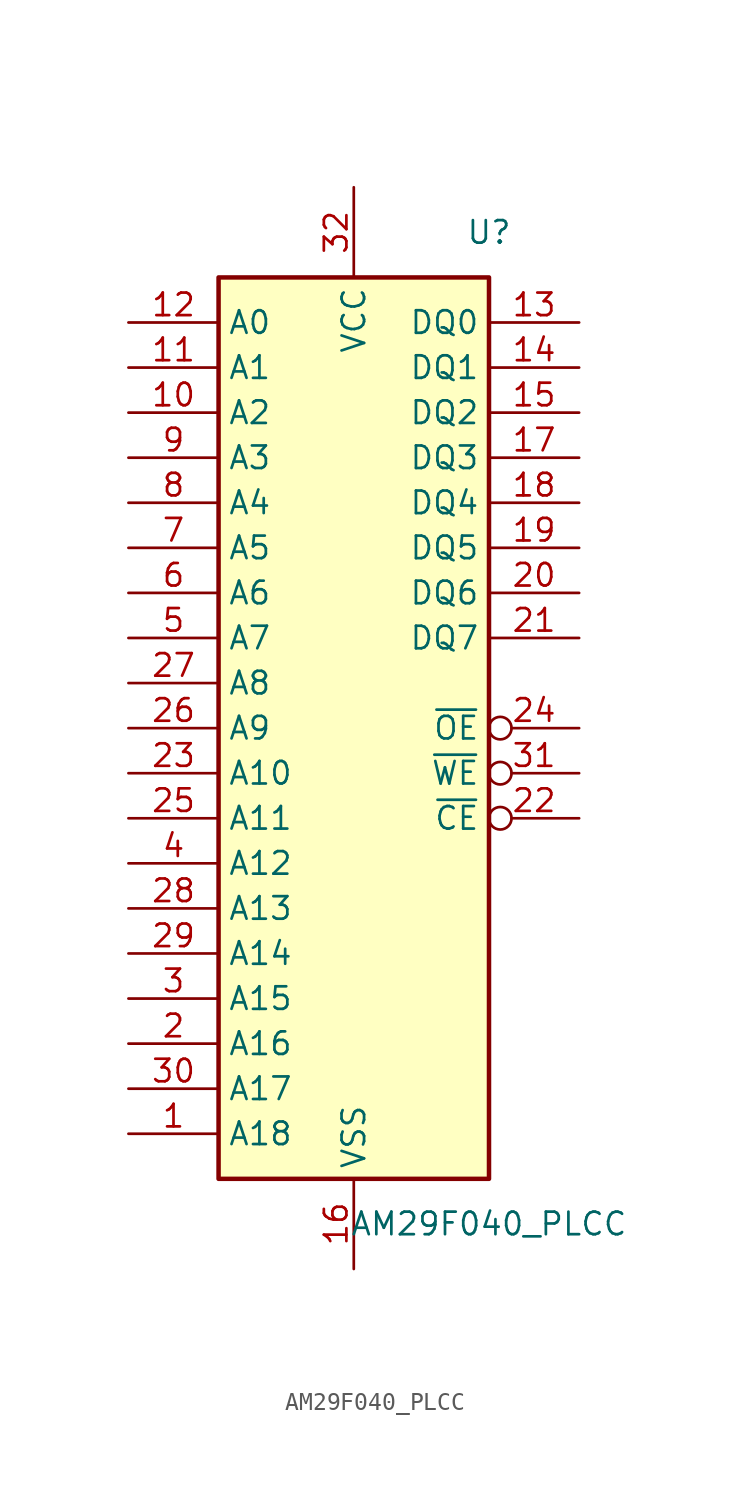
<source format=kicad_sym>
(kicad_symbol_lib
  (version 20211014)
  (generator kicad_symbol_editor)
  (symbol "AM29F040_PLCC"
    (property "Reference" "U"
      (at 7.62 25.4 0)
      (effects (font (size 1.27 1.27))))
    (property "Value" "AM29F040_PLCC"
      (at 7.62 -30.48 0)
      (effects (font (size 1.27 1.27))))
    (symbol "AM29F040_PLCC_0_1"
      (rectangle (start -7.62 22.86) (end 7.62 -27.94) (stroke (width 0.254) (type default) (color 0 0 0 0)) (fill (type background))))
    (symbol "AM29F040_PLCC_1_1"
      (pin input line (at -12.7 -25.4 0) (length 5.08) (name "A18" (effects (font (size 1.27 1.27)))) (number "1" (effects (font (size 1.27 1.27)))))
      (pin input line (at -12.7 15.24 0) (length 5.08) (name "A2" (effects (font (size 1.27 1.27)))) (number "10" (effects (font (size 1.27 1.27)))))
      (pin input line (at -12.7 17.78 0) (length 5.08) (name "A1" (effects (font (size 1.27 1.27)))) (number "11" (effects (font (size 1.27 1.27)))))
      (pin input line (at -12.7 20.32 0) (length 5.08) (name "A0" (effects (font (size 1.27 1.27)))) (number "12" (effects (font (size 1.27 1.27)))))
      (pin tri_state line (at 12.7 20.32 180) (length 5.08) (name "DQ0" (effects (font (size 1.27 1.27)))) (number "13" (effects (font (size 1.27 1.27)))))
      (pin tri_state line (at 12.7 17.78 180) (length 5.08) (name "DQ1" (effects (font (size 1.27 1.27)))) (number "14" (effects (font (size 1.27 1.27)))))
      (pin tri_state line (at 12.7 15.24 180) (length 5.08) (name "DQ2" (effects (font (size 1.27 1.27)))) (number "15" (effects (font (size 1.27 1.27)))))
      (pin power_in line (at 0 -33.02 90) (length 5.08) (name "VSS" (effects (font (size 1.27 1.27)))) (number "16" (effects (font (size 1.27 1.27)))))
      (pin tri_state line (at 12.7 12.7 180) (length 5.08) (name "DQ3" (effects (font (size 1.27 1.27)))) (number "17" (effects (font (size 1.27 1.27)))))
      (pin tri_state line (at 12.7 10.16 180) (length 5.08) (name "DQ4" (effects (font (size 1.27 1.27)))) (number "18" (effects (font (size 1.27 1.27)))))
      (pin tri_state line (at 12.7 7.62 180) (length 5.08) (name "DQ5" (effects (font (size 1.27 1.27)))) (number "19" (effects (font (size 1.27 1.27)))))
      (pin input line (at -12.7 -20.32 0) (length 5.08) (name "A16" (effects (font (size 1.27 1.27)))) (number "2" (effects (font (size 1.27 1.27)))))
      (pin tri_state line (at 12.7 5.08 180) (length 5.08) (name "DQ6" (effects (font (size 1.27 1.27)))) (number "20" (effects (font (size 1.27 1.27)))))
      (pin tri_state line (at 12.7 2.54 180) (length 5.08) (name "DQ7" (effects (font (size 1.27 1.27)))) (number "21" (effects (font (size 1.27 1.27)))))
      (pin input inverted (at 12.7 -7.62 180) (length 5.08) (name "~{CE}" (effects (font (size 1.27 1.27)))) (number "22" (effects (font (size 1.27 1.27)))))
      (pin input line (at -12.7 -5.08 0) (length 5.08) (name "A10" (effects (font (size 1.27 1.27)))) (number "23" (effects (font (size 1.27 1.27)))))
      (pin input inverted (at 12.7 -2.54 180) (length 5.08) (name "~{OE}" (effects (font (size 1.27 1.27)))) (number "24" (effects (font (size 1.27 1.27)))))
      (pin input line (at -12.7 -7.62 0) (length 5.08) (name "A11" (effects (font (size 1.27 1.27)))) (number "25" (effects (font (size 1.27 1.27)))))
      (pin input line (at -12.7 -2.54 0) (length 5.08) (name "A9" (effects (font (size 1.27 1.27)))) (number "26" (effects (font (size 1.27 1.27)))))
      (pin input line (at -12.7 0 0) (length 5.08) (name "A8" (effects (font (size 1.27 1.27)))) (number "27" (effects (font (size 1.27 1.27)))))
      (pin input line (at -12.7 -12.7 0) (length 5.08) (name "A13" (effects (font (size 1.27 1.27)))) (number "28" (effects (font (size 1.27 1.27)))))
      (pin input line (at -12.7 -15.24 0) (length 5.08) (name "A14" (effects (font (size 1.27 1.27)))) (number "29" (effects (font (size 1.27 1.27)))))
      (pin input line (at -12.7 -17.78 0) (length 5.08) (name "A15" (effects (font (size 1.27 1.27)))) (number "3" (effects (font (size 1.27 1.27)))))
      (pin input line (at -12.7 -22.86 0) (length 5.08) (name "A17" (effects (font (size 1.27 1.27)))) (number "30" (effects (font (size 1.27 1.27)))))
      (pin input inverted (at 12.7 -5.08 180) (length 5.08) (name "~{WE}" (effects (font (size 1.27 1.27)))) (number "31" (effects (font (size 1.27 1.27)))))
      (pin power_in line (at 0 27.94 270) (length 5.08) (name "VCC" (effects (font (size 1.27 1.27)))) (number "32" (effects (font (size 1.27 1.27)))))
      (pin input line (at -12.7 -10.16 0) (length 5.08) (name "A12" (effects (font (size 1.27 1.27)))) (number "4" (effects (font (size 1.27 1.27)))))
      (pin input line (at -12.7 2.54 0) (length 5.08) (name "A7" (effects (font (size 1.27 1.27)))) (number "5" (effects (font (size 1.27 1.27)))))
      (pin input line (at -12.7 5.08 0) (length 5.08) (name "A6" (effects (font (size 1.27 1.27)))) (number "6" (effects (font (size 1.27 1.27)))))
      (pin input line (at -12.7 7.62 0) (length 5.08) (name "A5" (effects (font (size 1.27 1.27)))) (number "7" (effects (font (size 1.27 1.27)))))
      (pin input line (at -12.7 10.16 0) (length 5.08) (name "A4" (effects (font (size 1.27 1.27)))) (number "8" (effects (font (size 1.27 1.27)))))
      (pin input line (at -12.7 12.7 0) (length 5.08) (name "A3" (effects (font (size 1.27 1.27)))) (number "9" (effects (font (size 1.27 1.27))))))))
</source>
